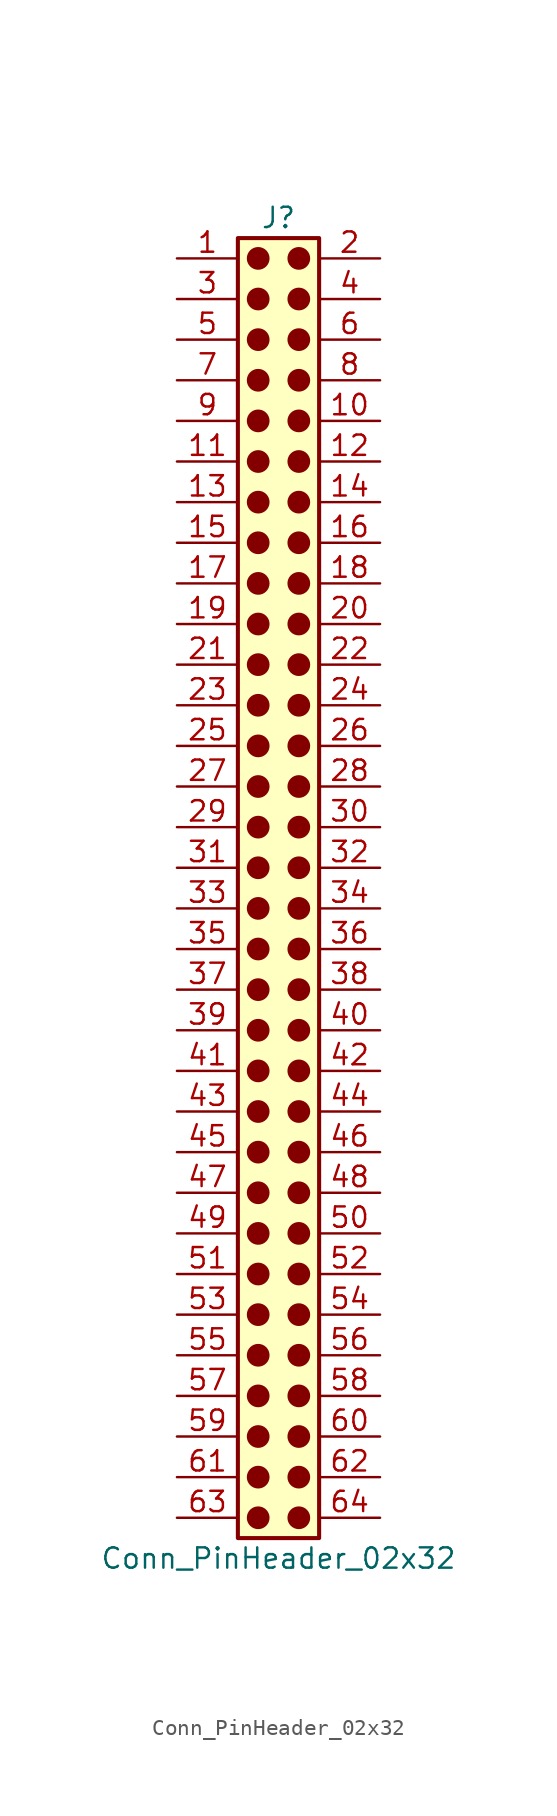
<source format=kicad_sym>
(kicad_symbol_lib
  (version 20241209)
  (generator "kicad_symbol_editor")
  (generator_version "9.0")
  (symbol "Conn_PinHeader_02x32"
    (pin_names
      (offset 1.016)
      (hide yes))
    (property "Reference" "J"
      (at 1.27 40.64 0)
      (effects (font (size 1.27 1.27))))
    (property "Value" "Conn_PinHeader_02x32"
      (at 1.27 -43.18 0)
      (effects (font (size 1.27 1.27))))
    (symbol "Conn_PinHeader_02x32_1_1"
      (rectangle (start -1.27 39.37) (end 3.81 -41.91) (stroke (width 0.254) (type default)) (fill (type background)))
      (circle (center 0 38.1) (radius 0.635) (stroke (width 0) (type solid) (color 132 0 0 1)) (fill (type outline)))
      (circle (center 0 35.56) (radius 0.635) (stroke (width 0) (type solid) (color 132 0 0 1)) (fill (type outline)))
      (circle (center 0 33.02) (radius 0.635) (stroke (width 0) (type solid) (color 132 0 0 1)) (fill (type outline)))
      (circle (center 0 30.48) (radius 0.635) (stroke (width 0) (type solid) (color 132 0 0 1)) (fill (type outline)))
      (circle (center 0 27.94) (radius 0.635) (stroke (width 0) (type solid) (color 132 0 0 1)) (fill (type outline)))
      (circle (center 0 25.4) (radius 0.635) (stroke (width 0) (type solid) (color 132 0 0 1)) (fill (type outline)))
      (circle (center 0 22.86) (radius 0.635) (stroke (width 0) (type solid) (color 132 0 0 1)) (fill (type outline)))
      (circle (center 0 20.32) (radius 0.635) (stroke (width 0) (type solid) (color 132 0 0 1)) (fill (type outline)))
      (circle (center 0 17.78) (radius 0.635) (stroke (width 0) (type solid) (color 132 0 0 1)) (fill (type outline)))
      (circle (center 0 15.24) (radius 0.635) (stroke (width 0) (type solid) (color 132 0 0 1)) (fill (type outline)))
      (circle (center 0 12.7) (radius 0.635) (stroke (width 0) (type solid) (color 132 0 0 1)) (fill (type outline)))
      (circle (center 0 10.16) (radius 0.635) (stroke (width 0) (type solid) (color 132 0 0 1)) (fill (type outline)))
      (circle (center 0 7.62) (radius 0.635) (stroke (width 0) (type solid) (color 132 0 0 1)) (fill (type outline)))
      (circle (center 0 5.08) (radius 0.635) (stroke (width 0) (type solid) (color 132 0 0 1)) (fill (type outline)))
      (circle (center 0 2.54) (radius 0.635) (stroke (width 0) (type solid) (color 132 0 0 1)) (fill (type outline)))
      (circle (center 0 0) (radius 0.635) (stroke (width 0) (type solid) (color 132 0 0 1)) (fill (type outline)))
      (circle (center 0 -2.54) (radius 0.635) (stroke (width 0) (type solid) (color 132 0 0 1)) (fill (type outline)))
      (circle (center 0 -5.08) (radius 0.635) (stroke (width 0) (type solid) (color 132 0 0 1)) (fill (type outline)))
      (circle (center 0 -7.62) (radius 0.635) (stroke (width 0) (type solid) (color 132 0 0 1)) (fill (type outline)))
      (circle (center 0 -10.16) (radius 0.635) (stroke (width 0) (type solid) (color 132 0 0 1)) (fill (type outline)))
      (circle (center 0 -12.7) (radius 0.635) (stroke (width 0) (type solid) (color 132 0 0 1)) (fill (type outline)))
      (circle (center 0 -15.24) (radius 0.635) (stroke (width 0) (type solid) (color 132 0 0 1)) (fill (type outline)))
      (circle (center 0 -17.78) (radius 0.635) (stroke (width 0) (type solid) (color 132 0 0 1)) (fill (type outline)))
      (circle (center 0 -20.32) (radius 0.635) (stroke (width 0) (type solid) (color 132 0 0 1)) (fill (type outline)))
      (circle (center 0 -22.86) (radius 0.635) (stroke (width 0) (type solid) (color 132 0 0 1)) (fill (type outline)))
      (circle (center 0 -25.4) (radius 0.635) (stroke (width 0) (type solid) (color 132 0 0 1)) (fill (type outline)))
      (circle (center 0 -27.94) (radius 0.635) (stroke (width 0) (type solid) (color 132 0 0 1)) (fill (type outline)))
      (circle (center 0 -30.48) (radius 0.635) (stroke (width 0) (type solid) (color 132 0 0 1)) (fill (type outline)))
      (circle (center 0 -33.02) (radius 0.635) (stroke (width 0) (type solid) (color 132 0 0 1)) (fill (type outline)))
      (circle (center 0 -35.56) (radius 0.635) (stroke (width 0) (type solid) (color 132 0 0 1)) (fill (type outline)))
      (circle (center 0 -38.1) (radius 0.635) (stroke (width 0) (type solid) (color 132 0 0 1)) (fill (type outline)))
      (circle (center 0 -40.64) (radius 0.635) (stroke (width 0) (type solid) (color 132 0 0 1)) (fill (type outline)))
      (circle (center 2.54 38.1) (radius 0.635) (stroke (width 0) (type solid) (color 132 0 0 1)) (fill (type outline)))
      (circle (center 2.54 35.56) (radius 0.635) (stroke (width 0) (type solid) (color 132 0 0 1)) (fill (type outline)))
      (circle (center 2.54 33.02) (radius 0.635) (stroke (width 0) (type solid) (color 132 0 0 1)) (fill (type outline)))
      (circle (center 2.54 30.48) (radius 0.635) (stroke (width 0) (type solid) (color 132 0 0 1)) (fill (type outline)))
      (circle (center 2.54 27.94) (radius 0.635) (stroke (width 0) (type solid) (color 132 0 0 1)) (fill (type outline)))
      (circle (center 2.54 25.4) (radius 0.635) (stroke (width 0) (type solid) (color 132 0 0 1)) (fill (type outline)))
      (circle (center 2.54 22.86) (radius 0.635) (stroke (width 0) (type solid) (color 132 0 0 1)) (fill (type outline)))
      (circle (center 2.54 20.32) (radius 0.635) (stroke (width 0) (type solid) (color 132 0 0 1)) (fill (type outline)))
      (circle (center 2.54 17.78) (radius 0.635) (stroke (width 0) (type solid) (color 132 0 0 1)) (fill (type outline)))
      (circle (center 2.54 15.24) (radius 0.635) (stroke (width 0) (type solid) (color 132 0 0 1)) (fill (type outline)))
      (circle (center 2.54 12.7) (radius 0.635) (stroke (width 0) (type solid) (color 132 0 0 1)) (fill (type outline)))
      (circle (center 2.54 10.16) (radius 0.635) (stroke (width 0) (type solid) (color 132 0 0 1)) (fill (type outline)))
      (circle (center 2.54 7.62) (radius 0.635) (stroke (width 0) (type solid) (color 132 0 0 1)) (fill (type outline)))
      (circle (center 2.54 5.08) (radius 0.635) (stroke (width 0) (type solid) (color 132 0 0 1)) (fill (type outline)))
      (circle (center 2.54 2.54) (radius 0.635) (stroke (width 0) (type solid) (color 132 0 0 1)) (fill (type outline)))
      (circle (center 2.54 0) (radius 0.635) (stroke (width 0) (type solid) (color 132 0 0 1)) (fill (type outline)))
      (circle (center 2.54 -2.54) (radius 0.635) (stroke (width 0) (type solid) (color 132 0 0 1)) (fill (type outline)))
      (circle (center 2.54 -5.08) (radius 0.635) (stroke (width 0) (type solid) (color 132 0 0 1)) (fill (type outline)))
      (circle (center 2.54 -7.62) (radius 0.635) (stroke (width 0) (type solid) (color 132 0 0 1)) (fill (type outline)))
      (circle (center 2.54 -10.16) (radius 0.635) (stroke (width 0) (type solid) (color 132 0 0 1)) (fill (type outline)))
      (circle (center 2.54 -12.7) (radius 0.635) (stroke (width 0) (type solid) (color 132 0 0 1)) (fill (type outline)))
      (circle (center 2.54 -15.24) (radius 0.635) (stroke (width 0) (type solid) (color 132 0 0 1)) (fill (type outline)))
      (circle (center 2.54 -17.78) (radius 0.635) (stroke (width 0) (type solid) (color 132 0 0 1)) (fill (type outline)))
      (circle (center 2.54 -20.32) (radius 0.635) (stroke (width 0) (type solid) (color 132 0 0 1)) (fill (type outline)))
      (circle (center 2.54 -22.86) (radius 0.635) (stroke (width 0) (type solid) (color 132 0 0 1)) (fill (type outline)))
      (circle (center 2.54 -25.4) (radius 0.635) (stroke (width 0) (type solid) (color 132 0 0 1)) (fill (type outline)))
      (circle (center 2.54 -27.94) (radius 0.635) (stroke (width 0) (type solid) (color 132 0 0 1)) (fill (type outline)))
      (circle (center 2.54 -30.48) (radius 0.635) (stroke (width 0) (type solid) (color 132 0 0 1)) (fill (type outline)))
      (circle (center 2.54 -33.02) (radius 0.635) (stroke (width 0) (type solid) (color 132 0 0 1)) (fill (type outline)))
      (circle (center 2.54 -35.56) (radius 0.635) (stroke (width 0) (type solid) (color 132 0 0 1)) (fill (type outline)))
      (circle (center 2.54 -38.1) (radius 0.635) (stroke (width 0) (type solid) (color 132 0 0 1)) (fill (type outline)))
      (circle (center 2.54 -40.64) (radius 0.635) (stroke (width 0) (type solid) (color 132 0 0 1)) (fill (type outline)))
      (pin passive line (at -5.08 38.1 0) (length 3.81) (name "Pin_1" (effects (font (size 1.27 1.27)))) (number "1" (effects (font (size 1.27 1.27)))))
      (pin passive line (at -5.08 35.56 0) (length 3.81) (name "Pin_3" (effects (font (size 1.27 1.27)))) (number "3" (effects (font (size 1.27 1.27)))))
      (pin passive line (at -5.08 33.02 0) (length 3.81) (name "Pin_5" (effects (font (size 1.27 1.27)))) (number "5" (effects (font (size 1.27 1.27)))))
      (pin passive line (at -5.08 30.48 0) (length 3.81) (name "Pin_7" (effects (font (size 1.27 1.27)))) (number "7" (effects (font (size 1.27 1.27)))))
      (pin passive line (at -5.08 27.94 0) (length 3.81) (name "Pin_9" (effects (font (size 1.27 1.27)))) (number "9" (effects (font (size 1.27 1.27)))))
      (pin passive line (at -5.08 25.4 0) (length 3.81) (name "Pin_11" (effects (font (size 1.27 1.27)))) (number "11" (effects (font (size 1.27 1.27)))))
      (pin passive line (at -5.08 22.86 0) (length 3.81) (name "Pin_13" (effects (font (size 1.27 1.27)))) (number "13" (effects (font (size 1.27 1.27)))))
      (pin passive line (at -5.08 20.32 0) (length 3.81) (name "Pin_15" (effects (font (size 1.27 1.27)))) (number "15" (effects (font (size 1.27 1.27)))))
      (pin passive line (at -5.08 17.78 0) (length 3.81) (name "Pin_17" (effects (font (size 1.27 1.27)))) (number "17" (effects (font (size 1.27 1.27)))))
      (pin passive line (at -5.08 15.24 0) (length 3.81) (name "Pin_19" (effects (font (size 1.27 1.27)))) (number "19" (effects (font (size 1.27 1.27)))))
      (pin passive line (at -5.08 12.7 0) (length 3.81) (name "Pin_21" (effects (font (size 1.27 1.27)))) (number "21" (effects (font (size 1.27 1.27)))))
      (pin passive line (at -5.08 10.16 0) (length 3.81) (name "Pin_23" (effects (font (size 1.27 1.27)))) (number "23" (effects (font (size 1.27 1.27)))))
      (pin passive line (at -5.08 7.62 0) (length 3.81) (name "Pin_25" (effects (font (size 1.27 1.27)))) (number "25" (effects (font (size 1.27 1.27)))))
      (pin passive line (at -5.08 5.08 0) (length 3.81) (name "Pin_27" (effects (font (size 1.27 1.27)))) (number "27" (effects (font (size 1.27 1.27)))))
      (pin passive line (at -5.08 2.54 0) (length 3.81) (name "Pin_29" (effects (font (size 1.27 1.27)))) (number "29" (effects (font (size 1.27 1.27)))))
      (pin passive line (at -5.08 0 0) (length 3.81) (name "Pin_31" (effects (font (size 1.27 1.27)))) (number "31" (effects (font (size 1.27 1.27)))))
      (pin passive line (at -5.08 -2.54 0) (length 3.81) (name "Pin_33" (effects (font (size 1.27 1.27)))) (number "33" (effects (font (size 1.27 1.27)))))
      (pin passive line (at -5.08 -5.08 0) (length 3.81) (name "Pin_35" (effects (font (size 1.27 1.27)))) (number "35" (effects (font (size 1.27 1.27)))))
      (pin passive line (at -5.08 -7.62 0) (length 3.81) (name "Pin_37" (effects (font (size 1.27 1.27)))) (number "37" (effects (font (size 1.27 1.27)))))
      (pin passive line (at -5.08 -10.16 0) (length 3.81) (name "Pin_39" (effects (font (size 1.27 1.27)))) (number "39" (effects (font (size 1.27 1.27)))))
      (pin passive line (at -5.08 -12.7 0) (length 3.81) (name "Pin_41" (effects (font (size 1.27 1.27)))) (number "41" (effects (font (size 1.27 1.27)))))
      (pin passive line (at -5.08 -15.24 0) (length 3.81) (name "Pin_43" (effects (font (size 1.27 1.27)))) (number "43" (effects (font (size 1.27 1.27)))))
      (pin passive line (at -5.08 -17.78 0) (length 3.81) (name "Pin_45" (effects (font (size 1.27 1.27)))) (number "45" (effects (font (size 1.27 1.27)))))
      (pin passive line (at -5.08 -20.32 0) (length 3.81) (name "Pin_47" (effects (font (size 1.27 1.27)))) (number "47" (effects (font (size 1.27 1.27)))))
      (pin passive line (at -5.08 -22.86 0) (length 3.81) (name "Pin_49" (effects (font (size 1.27 1.27)))) (number "49" (effects (font (size 1.27 1.27)))))
      (pin passive line (at -5.08 -25.4 0) (length 3.81) (name "Pin_51" (effects (font (size 1.27 1.27)))) (number "51" (effects (font (size 1.27 1.27)))))
      (pin passive line (at -5.08 -27.94 0) (length 3.81) (name "Pin_53" (effects (font (size 1.27 1.27)))) (number "53" (effects (font (size 1.27 1.27)))))
      (pin passive line (at -5.08 -30.48 0) (length 3.81) (name "Pin_55" (effects (font (size 1.27 1.27)))) (number "55" (effects (font (size 1.27 1.27)))))
      (pin passive line (at -5.08 -33.02 0) (length 3.81) (name "Pin_57" (effects (font (size 1.27 1.27)))) (number "57" (effects (font (size 1.27 1.27)))))
      (pin passive line (at -5.08 -35.56 0) (length 3.81) (name "Pin_59" (effects (font (size 1.27 1.27)))) (number "59" (effects (font (size 1.27 1.27)))))
      (pin passive line (at -5.08 -38.1 0) (length 3.81) (name "Pin_61" (effects (font (size 1.27 1.27)))) (number "61" (effects (font (size 1.27 1.27)))))
      (pin passive line (at -5.08 -40.64 0) (length 3.81) (name "Pin_63" (effects (font (size 1.27 1.27)))) (number "63" (effects (font (size 1.27 1.27)))))
      (pin passive line (at 7.62 38.1 180) (length 3.81) (name "Pin_2" (effects (font (size 1.27 1.27)))) (number "2" (effects (font (size 1.27 1.27)))))
      (pin passive line (at 7.62 35.56 180) (length 3.81) (name "Pin_4" (effects (font (size 1.27 1.27)))) (number "4" (effects (font (size 1.27 1.27)))))
      (pin passive line (at 7.62 33.02 180) (length 3.81) (name "Pin_6" (effects (font (size 1.27 1.27)))) (number "6" (effects (font (size 1.27 1.27)))))
      (pin passive line (at 7.62 30.48 180) (length 3.81) (name "Pin_8" (effects (font (size 1.27 1.27)))) (number "8" (effects (font (size 1.27 1.27)))))
      (pin passive line (at 7.62 27.94 180) (length 3.81) (name "Pin_10" (effects (font (size 1.27 1.27)))) (number "10" (effects (font (size 1.27 1.27)))))
      (pin passive line (at 7.62 25.4 180) (length 3.81) (name "Pin_12" (effects (font (size 1.27 1.27)))) (number "12" (effects (font (size 1.27 1.27)))))
      (pin passive line (at 7.62 22.86 180) (length 3.81) (name "Pin_14" (effects (font (size 1.27 1.27)))) (number "14" (effects (font (size 1.27 1.27)))))
      (pin passive line (at 7.62 20.32 180) (length 3.81) (name "Pin_16" (effects (font (size 1.27 1.27)))) (number "16" (effects (font (size 1.27 1.27)))))
      (pin passive line (at 7.62 17.78 180) (length 3.81) (name "Pin_18" (effects (font (size 1.27 1.27)))) (number "18" (effects (font (size 1.27 1.27)))))
      (pin passive line (at 7.62 15.24 180) (length 3.81) (name "Pin_20" (effects (font (size 1.27 1.27)))) (number "20" (effects (font (size 1.27 1.27)))))
      (pin passive line (at 7.62 12.7 180) (length 3.81) (name "Pin_22" (effects (font (size 1.27 1.27)))) (number "22" (effects (font (size 1.27 1.27)))))
      (pin passive line (at 7.62 10.16 180) (length 3.81) (name "Pin_24" (effects (font (size 1.27 1.27)))) (number "24" (effects (font (size 1.27 1.27)))))
      (pin passive line (at 7.62 7.62 180) (length 3.81) (name "Pin_26" (effects (font (size 1.27 1.27)))) (number "26" (effects (font (size 1.27 1.27)))))
      (pin passive line (at 7.62 5.08 180) (length 3.81) (name "Pin_28" (effects (font (size 1.27 1.27)))) (number "28" (effects (font (size 1.27 1.27)))))
      (pin passive line (at 7.62 2.54 180) (length 3.81) (name "Pin_30" (effects (font (size 1.27 1.27)))) (number "30" (effects (font (size 1.27 1.27)))))
      (pin passive line (at 7.62 0 180) (length 3.81) (name "Pin_32" (effects (font (size 1.27 1.27)))) (number "32" (effects (font (size 1.27 1.27)))))
      (pin passive line (at 7.62 -2.54 180) (length 3.81) (name "Pin_34" (effects (font (size 1.27 1.27)))) (number "34" (effects (font (size 1.27 1.27)))))
      (pin passive line (at 7.62 -5.08 180) (length 3.81) (name "Pin_36" (effects (font (size 1.27 1.27)))) (number "36" (effects (font (size 1.27 1.27)))))
      (pin passive line (at 7.62 -7.62 180) (length 3.81) (name "Pin_38" (effects (font (size 1.27 1.27)))) (number "38" (effects (font (size 1.27 1.27)))))
      (pin passive line (at 7.62 -10.16 180) (length 3.81) (name "Pin_40" (effects (font (size 1.27 1.27)))) (number "40" (effects (font (size 1.27 1.27)))))
      (pin passive line (at 7.62 -12.7 180) (length 3.81) (name "Pin_42" (effects (font (size 1.27 1.27)))) (number "42" (effects (font (size 1.27 1.27)))))
      (pin passive line (at 7.62 -15.24 180) (length 3.81) (name "Pin_44" (effects (font (size 1.27 1.27)))) (number "44" (effects (font (size 1.27 1.27)))))
      (pin passive line (at 7.62 -17.78 180) (length 3.81) (name "Pin_46" (effects (font (size 1.27 1.27)))) (number "46" (effects (font (size 1.27 1.27)))))
      (pin passive line (at 7.62 -20.32 180) (length 3.81) (name "Pin_48" (effects (font (size 1.27 1.27)))) (number "48" (effects (font (size 1.27 1.27)))))
      (pin passive line (at 7.62 -22.86 180) (length 3.81) (name "Pin_50" (effects (font (size 1.27 1.27)))) (number "50" (effects (font (size 1.27 1.27)))))
      (pin passive line (at 7.62 -25.4 180) (length 3.81) (name "Pin_52" (effects (font (size 1.27 1.27)))) (number "52" (effects (font (size 1.27 1.27)))))
      (pin passive line (at 7.62 -27.94 180) (length 3.81) (name "Pin_54" (effects (font (size 1.27 1.27)))) (number "54" (effects (font (size 1.27 1.27)))))
      (pin passive line (at 7.62 -30.48 180) (length 3.81) (name "Pin_56" (effects (font (size 1.27 1.27)))) (number "56" (effects (font (size 1.27 1.27)))))
      (pin passive line (at 7.62 -33.02 180) (length 3.81) (name "Pin_58" (effects (font (size 1.27 1.27)))) (number "58" (effects (font (size 1.27 1.27)))))
      (pin passive line (at 7.62 -35.56 180) (length 3.81) (name "Pin_60" (effects (font (size 1.27 1.27)))) (number "60" (effects (font (size 1.27 1.27)))))
      (pin passive line (at 7.62 -38.1 180) (length 3.81) (name "Pin_62" (effects (font (size 1.27 1.27)))) (number "62" (effects (font (size 1.27 1.27)))))
      (pin passive line (at 7.62 -40.64 180) (length 3.81) (name "Pin_64" (effects (font (size 1.27 1.27)))) (number "64" (effects (font (size 1.27 1.27))))))))
</source>
